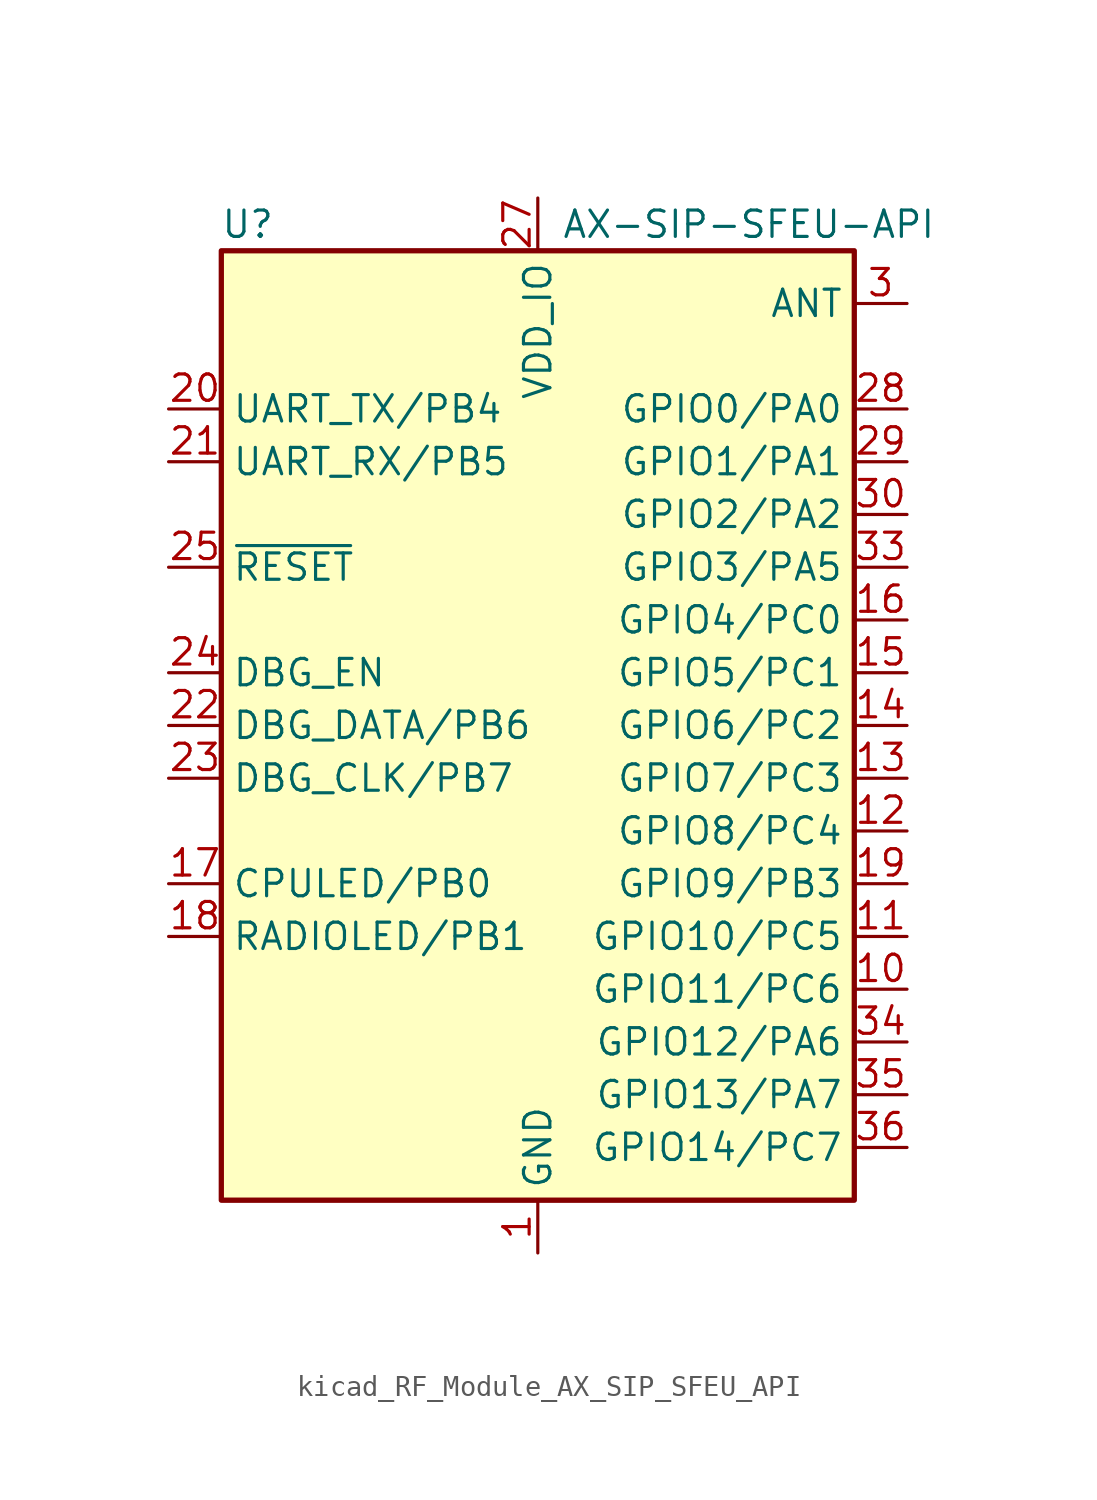
<source format=kicad_sym>
(kicad_symbol_lib
  (version 20220914)
  (generator kicad_symbol_editor)
  (symbol "kicad_RF_Module_AX_SIP_SFEU_API"
    (property "Reference" "U"
      (at -13.97 24.13 0)
      (effects (font (size 1.27 1.27))))
    (property "Value" "AX-SIP-SFEU-API"
      (at 10.16 24.13 0)
      (effects (font (size 1.27 1.27))))
    (symbol "kicad_RF_Module_AX_SIP_SFEU_API_0_1"
      (rectangle (start -15.24 22.86) (end 15.24 -22.86) (stroke (width 0.254) (type default)) (fill (type background))))
    (symbol "kicad_RF_Module_AX_SIP_SFEU_API_1_1"
      (pin power_in line (at 0 -25.4 90) (length 2.54) (name "GND" (effects (font (size 1.27 1.27)))) (number "1" (effects (font (size 1.27 1.27)))))
      (pin bidirectional line (at 17.78 -12.7 180) (length 2.54) (name "GPIO11/PC6" (effects (font (size 1.27 1.27)))) (number "10" (effects (font (size 1.27 1.27)))))
      (pin bidirectional line (at 17.78 -10.16 180) (length 2.54) (name "GPIO10/PC5" (effects (font (size 1.27 1.27)))) (number "11" (effects (font (size 1.27 1.27)))))
      (pin bidirectional line (at 17.78 -5.08 180) (length 2.54) (name "GPIO8/PC4" (effects (font (size 1.27 1.27)))) (number "12" (effects (font (size 1.27 1.27)))))
      (pin bidirectional line (at 17.78 -2.54 180) (length 2.54) (name "GPIO7/PC3" (effects (font (size 1.27 1.27)))) (number "13" (effects (font (size 1.27 1.27)))))
      (pin bidirectional line (at 17.78 0 180) (length 2.54) (name "GPIO6/PC2" (effects (font (size 1.27 1.27)))) (number "14" (effects (font (size 1.27 1.27)))))
      (pin bidirectional line (at 17.78 2.54 180) (length 2.54) (name "GPIO5/PC1" (effects (font (size 1.27 1.27)))) (number "15" (effects (font (size 1.27 1.27)))))
      (pin bidirectional line (at 17.78 5.08 180) (length 2.54) (name "GPIO4/PC0" (effects (font (size 1.27 1.27)))) (number "16" (effects (font (size 1.27 1.27)))))
      (pin output line (at -17.78 -7.62 0) (length 2.54) (name "CPULED/PB0" (effects (font (size 1.27 1.27)))) (number "17" (effects (font (size 1.27 1.27)))))
      (pin output line (at -17.78 -10.16 0) (length 2.54) (name "RADIOLED/PB1" (effects (font (size 1.27 1.27)))) (number "18" (effects (font (size 1.27 1.27)))))
      (pin bidirectional line (at 17.78 -7.62 180) (length 2.54) (name "GPIO9/PB3" (effects (font (size 1.27 1.27)))) (number "19" (effects (font (size 1.27 1.27)))))
      (pin passive line (at 0 -25.4 90) (length 2.54) hide (name "GND" (effects (font (size 1.27 1.27)))) (number "2" (effects (font (size 1.27 1.27)))))
      (pin output line (at -17.78 15.24 0) (length 2.54) (name "UART_TX/PB4" (effects (font (size 1.27 1.27)))) (number "20" (effects (font (size 1.27 1.27)))))
      (pin input line (at -17.78 12.7 0) (length 2.54) (name "UART_RX/PB5" (effects (font (size 1.27 1.27)))) (number "21" (effects (font (size 1.27 1.27)))))
      (pin bidirectional line (at -17.78 0 0) (length 2.54) (name "DBG_DATA/PB6" (effects (font (size 1.27 1.27)))) (number "22" (effects (font (size 1.27 1.27)))))
      (pin input line (at -17.78 -2.54 0) (length 2.54) (name "DBG_CLK/PB7" (effects (font (size 1.27 1.27)))) (number "23" (effects (font (size 1.27 1.27)))))
      (pin input line (at -17.78 2.54 0) (length 2.54) (name "DBG_EN" (effects (font (size 1.27 1.27)))) (number "24" (effects (font (size 1.27 1.27)))))
      (pin input line (at -17.78 7.62 0) (length 2.54) (name "~{RESET}" (effects (font (size 1.27 1.27)))) (number "25" (effects (font (size 1.27 1.27)))))
      (pin passive line (at 0 -25.4 90) (length 2.54) hide (name "GND" (effects (font (size 1.27 1.27)))) (number "26" (effects (font (size 1.27 1.27)))))
      (pin power_in line (at 0 25.4 270) (length 2.54) (name "VDD_IO" (effects (font (size 1.27 1.27)))) (number "27" (effects (font (size 1.27 1.27)))))
      (pin bidirectional line (at 17.78 15.24 180) (length 2.54) (name "GPIO0/PA0" (effects (font (size 1.27 1.27)))) (number "28" (effects (font (size 1.27 1.27)))))
      (pin bidirectional line (at 17.78 12.7 180) (length 2.54) (name "GPIO1/PA1" (effects (font (size 1.27 1.27)))) (number "29" (effects (font (size 1.27 1.27)))))
      (pin passive line (at 17.78 20.32 180) (length 2.54) (name "ANT" (effects (font (size 1.27 1.27)))) (number "3" (effects (font (size 1.27 1.27)))))
      (pin bidirectional line (at 17.78 10.16 180) (length 2.54) (name "GPIO2/PA2" (effects (font (size 1.27 1.27)))) (number "30" (effects (font (size 1.27 1.27)))))
      (pin no_connect line (at 2.54 22.86 270) (length 2.54) hide (name "NC" (effects (font (size 1.27 1.27)))) (number "31" (effects (font (size 1.27 1.27)))))
      (pin no_connect line (at 5.08 22.86 270) (length 2.54) hide (name "NC" (effects (font (size 1.27 1.27)))) (number "32" (effects (font (size 1.27 1.27)))))
      (pin bidirectional line (at 17.78 7.62 180) (length 2.54) (name "GPIO3/PA5" (effects (font (size 1.27 1.27)))) (number "33" (effects (font (size 1.27 1.27)))))
      (pin bidirectional line (at 17.78 -15.24 180) (length 2.54) (name "GPIO12/PA6" (effects (font (size 1.27 1.27)))) (number "34" (effects (font (size 1.27 1.27)))))
      (pin bidirectional line (at 17.78 -17.78 180) (length 2.54) (name "GPIO13/PA7" (effects (font (size 1.27 1.27)))) (number "35" (effects (font (size 1.27 1.27)))))
      (pin bidirectional line (at 17.78 -20.32 180) (length 2.54) (name "GPIO14/PC7" (effects (font (size 1.27 1.27)))) (number "36" (effects (font (size 1.27 1.27)))))
      (pin no_connect line (at 7.62 22.86 270) (length 2.54) hide (name "NC" (effects (font (size 1.27 1.27)))) (number "37" (effects (font (size 1.27 1.27)))))
      (pin no_connect line (at 10.16 22.86 270) (length 2.54) hide (name "NC" (effects (font (size 1.27 1.27)))) (number "38" (effects (font (size 1.27 1.27)))))
      (pin passive line (at 0 -25.4 90) (length 2.54) hide (name "GND" (effects (font (size 1.27 1.27)))) (number "39" (effects (font (size 1.27 1.27)))))
      (pin passive line (at 0 -25.4 90) (length 2.54) hide (name "GND" (effects (font (size 1.27 1.27)))) (number "4" (effects (font (size 1.27 1.27)))))
      (pin passive line (at 0 -25.4 90) (length 2.54) hide (name "GND" (effects (font (size 1.27 1.27)))) (number "40" (effects (font (size 1.27 1.27)))))
      (pin passive line (at 0 -25.4 90) (length 2.54) hide (name "GND" (effects (font (size 1.27 1.27)))) (number "41" (effects (font (size 1.27 1.27)))))
      (pin passive line (at 0 -25.4 90) (length 2.54) hide (name "GND" (effects (font (size 1.27 1.27)))) (number "42" (effects (font (size 1.27 1.27)))))
      (pin passive line (at 0 -25.4 90) (length 2.54) hide (name "GND" (effects (font (size 1.27 1.27)))) (number "43" (effects (font (size 1.27 1.27)))))
      (pin passive line (at 0 -25.4 90) (length 2.54) hide (name "GND" (effects (font (size 1.27 1.27)))) (number "44" (effects (font (size 1.27 1.27)))))
      (pin no_connect line (at -10.16 22.86 270) (length 2.54) hide (name "NC" (effects (font (size 1.27 1.27)))) (number "5" (effects (font (size 1.27 1.27)))))
      (pin passive line (at 0 -25.4 90) (length 2.54) hide (name "GND" (effects (font (size 1.27 1.27)))) (number "6" (effects (font (size 1.27 1.27)))))
      (pin no_connect line (at -7.62 22.86 270) (length 2.54) hide (name "NC" (effects (font (size 1.27 1.27)))) (number "7" (effects (font (size 1.27 1.27)))))
      (pin no_connect line (at -5.08 22.86 270) (length 2.54) hide (name "NC" (effects (font (size 1.27 1.27)))) (number "8" (effects (font (size 1.27 1.27)))))
      (pin no_connect line (at -2.54 22.86 270) (length 2.54) hide (name "NC" (effects (font (size 1.27 1.27)))) (number "9" (effects (font (size 1.27 1.27))))))))
</source>
